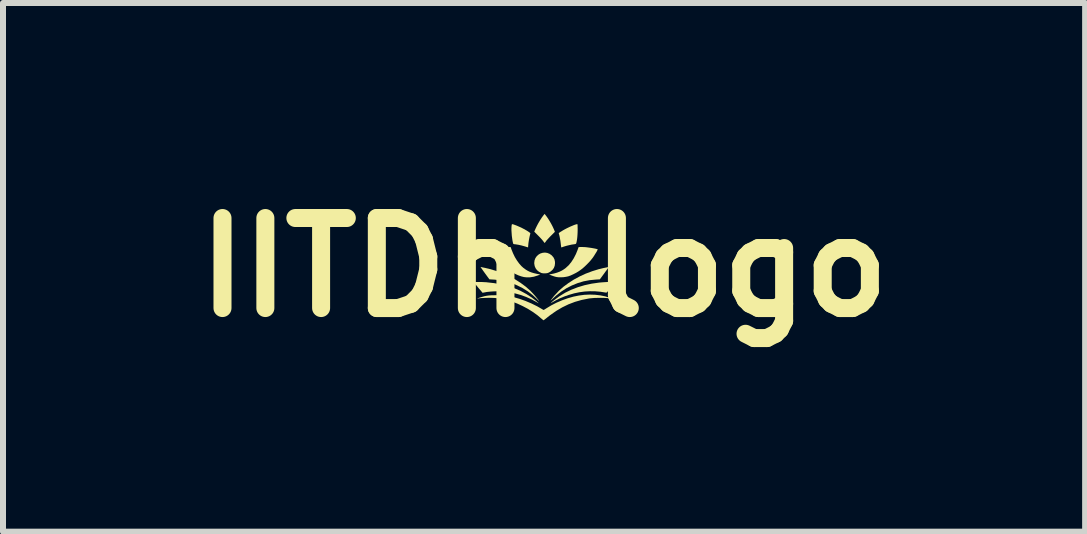
<source format=kicad_pcb>
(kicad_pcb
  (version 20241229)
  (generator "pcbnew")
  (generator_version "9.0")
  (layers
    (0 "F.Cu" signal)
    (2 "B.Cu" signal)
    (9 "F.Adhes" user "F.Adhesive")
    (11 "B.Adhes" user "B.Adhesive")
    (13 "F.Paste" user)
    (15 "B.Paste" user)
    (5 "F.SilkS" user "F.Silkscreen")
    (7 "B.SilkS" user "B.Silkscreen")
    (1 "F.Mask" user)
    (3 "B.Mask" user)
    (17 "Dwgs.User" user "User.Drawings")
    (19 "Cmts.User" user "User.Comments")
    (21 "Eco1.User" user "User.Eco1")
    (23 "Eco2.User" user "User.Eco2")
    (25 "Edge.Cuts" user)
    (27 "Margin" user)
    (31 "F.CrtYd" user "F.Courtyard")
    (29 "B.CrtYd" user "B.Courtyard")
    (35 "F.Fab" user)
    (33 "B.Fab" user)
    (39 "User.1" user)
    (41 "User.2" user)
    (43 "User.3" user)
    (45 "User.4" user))
  (footprint "IITDh logo"
    (layer "F.Cu")
    (at 6.014 1.404)
    (property "Reference" "IITDh logo" (at 0 0 0) (layer "F.SilkS") (effects (font (size 1.5 1.5) (thickness 0.3))))
    (attr board_only exclude_from_pos_files exclude_from_bom)
    (fp_poly (pts (xy 0.055 -0.24) (xy 0.092 -0.225) (xy 0.125 -0.202) (xy 0.131 -0.196) (xy 0.157 -0.166) (xy 0.174 -0.132) (xy 0.182 -0.094) (xy 0.183 -0.068) (xy 0.178 -0.027) (xy 0.164 0.01) (xy 0.141 0.042) (xy 0.11 0.069) (xy 0.09 0.081) (xy 0.071 0.091) (xy 0.055 0.096) (xy 0.036 0.099) (xy 0.018 0.1) (xy -0.013 0.1) (xy -0.037 0.096) (xy -0.046 0.093) (xy -0.084 0.074) (xy -0.116 0.048) (xy -0.14 0.016) (xy -0.156 -0.021) (xy -0.163 -0.063) (xy -0.163 -0.075) (xy -0.158 -0.116) (xy -0.144 -0.153) (xy -0.121 -0.186) (xy -0.091 -0.213) (xy -0.062 -0.23) (xy -0.024 -0.242) (xy 0.016 -0.246)) (stroke (width 0) (type solid)) (fill yes) (layer "F.SilkS"))
    (fp_poly (pts (xy 0.02 -0.877) (xy 0.043 -0.847) (xy 0.069 -0.81) (xy 0.094 -0.769) (xy 0.119 -0.726) (xy 0.141 -0.684) (xy 0.159 -0.645) (xy 0.162 -0.639) (xy 0.181 -0.592) (xy 0.117 -0.528) (xy 0.094 -0.505) (xy 0.073 -0.482) (xy 0.054 -0.461) (xy 0.039 -0.444) (xy 0.033 -0.435) (xy 0.023 -0.421) (xy 0.014 -0.41) (xy 0.01 -0.406) (xy 0.01 -0.406) (xy 0.006 -0.41) (xy -0.002 -0.42) (xy -0.012 -0.434) (xy -0.013 -0.435) (xy -0.023 -0.448) (xy -0.039 -0.467) (xy -0.059 -0.489) (xy -0.081 -0.512) (xy -0.098 -0.529) (xy -0.163 -0.594) (xy -0.142 -0.643) (xy -0.12 -0.689) (xy -0.094 -0.738) (xy -0.064 -0.788) (xy -0.034 -0.834) (xy -0.004 -0.874) (xy -0.003 -0.875) (xy 0.009 -0.89)) (stroke (width 0) (type solid)) (fill yes) (layer "F.SilkS"))
    (fp_poly (pts (xy -1.049 -0.004) (xy -1.032 -0.001) (xy -1.009 0.004) (xy -0.983 0.009) (xy -0.955 0.016) (xy -0.928 0.022) (xy -0.905 0.028) (xy -0.792 0.061) (xy -0.683 0.102) (xy -0.58 0.148) (xy -0.481 0.201) (xy -0.39 0.259) (xy -0.305 0.322) (xy -0.228 0.39) (xy -0.161 0.462) (xy -0.141 0.485) (xy -0.122 0.508) (xy -0.106 0.528) (xy -0.093 0.545) (xy -0.085 0.557) (xy -0.082 0.563) (xy -0.082 0.563) (xy -0.086 0.56) (xy -0.096 0.55) (xy -0.109 0.537) (xy -0.119 0.527) (xy -0.192 0.46) (xy -0.271 0.4) (xy -0.357 0.346) (xy -0.447 0.301) (xy -0.541 0.263) (xy -0.638 0.234) (xy -0.737 0.214) (xy -0.835 0.204) (xy -0.842 0.204) (xy -0.91 0.2) (xy -0.985 0.098) (xy -1.005 0.07) (xy -1.023 0.045) (xy -1.038 0.023) (xy -1.05 0.007) (xy -1.056 -0.002) (xy -1.058 -0.005)) (stroke (width 0) (type solid)) (fill yes) (layer "F.SilkS"))
    (fp_poly (pts (xy 1.076 -0.001) (xy 1.068 0.01) (xy 1.056 0.027) (xy 1.041 0.049) (xy 1.022 0.074) (xy 1.005 0.098) (xy 0.93 0.2) (xy 0.862 0.204) (xy 0.759 0.214) (xy 0.659 0.233) (xy 0.56 0.263) (xy 0.464 0.302) (xy 0.372 0.349) (xy 0.284 0.406) (xy 0.201 0.471) (xy 0.153 0.515) (xy 0.133 0.534) (xy 0.119 0.546) (xy 0.112 0.552) (xy 0.11 0.553) (xy 0.112 0.548) (xy 0.117 0.541) (xy 0.127 0.528) (xy 0.142 0.509) (xy 0.159 0.487) (xy 0.178 0.465) (xy 0.182 0.461) (xy 0.248 0.39) (xy 0.323 0.324) (xy 0.407 0.262) (xy 0.497 0.204) (xy 0.593 0.152) (xy 0.695 0.105) (xy 0.801 0.065) (xy 0.911 0.031) (xy 0.941 0.024) (xy 0.961 0.019) (xy 0.985 0.013) (xy 1.01 0.008) (xy 1.034 0.003) (xy 1.055 -0.001) (xy 1.071 -0.004) (xy 1.078 -0.005)) (stroke (width 0) (type solid)) (fill yes) (layer "F.SilkS"))
    (fp_poly (pts (xy -0.524 -0.719) (xy -0.522 -0.718) (xy -0.507 -0.714) (xy -0.485 -0.706) (xy -0.458 -0.696) (xy -0.428 -0.683) (xy -0.398 -0.67) (xy -0.37 -0.657) (xy -0.363 -0.653) (xy -0.338 -0.64) (xy -0.313 -0.626) (xy -0.288 -0.612) (xy -0.266 -0.598) (xy -0.247 -0.585) (xy -0.234 -0.575) (xy -0.228 -0.569) (xy -0.228 -0.568) (xy -0.229 -0.562) (xy -0.232 -0.548) (xy -0.237 -0.528) (xy -0.241 -0.512) (xy -0.251 -0.461) (xy -0.26 -0.402) (xy -0.265 -0.347) (xy -0.266 -0.332) (xy -0.317 -0.348) (xy -0.374 -0.364) (xy -0.428 -0.376) (xy -0.478 -0.384) (xy -0.481 -0.384) (xy -0.498 -0.386) (xy -0.508 -0.388) (xy -0.513 -0.393) (xy -0.516 -0.402) (xy -0.517 -0.405) (xy -0.525 -0.441) (xy -0.531 -0.482) (xy -0.537 -0.527) (xy -0.54 -0.572) (xy -0.543 -0.615) (xy -0.543 -0.654) (xy -0.541 -0.688) (xy -0.539 -0.702) (xy -0.537 -0.714) (xy -0.532 -0.719)) (stroke (width 0) (type solid)) (fill yes) (layer "F.SilkS"))
    (fp_poly (pts (xy 1.135 0.244) (xy 1.158 0.244) (xy 1.175 0.245) (xy 1.184 0.247) (xy 1.185 0.247) (xy 1.183 0.252) (xy 1.176 0.263) (xy 1.165 0.279) (xy 1.15 0.298) (xy 1.132 0.32) (xy 1.113 0.342) (xy 1.095 0.364) (xy 1.077 0.384) (xy 1.061 0.402) (xy 1.049 0.414) (xy 1.04 0.421) (xy 1.038 0.422) (xy 0.942 0.407) (xy 0.85 0.399) (xy 0.763 0.398) (xy 0.676 0.403) (xy 0.589 0.415) (xy 0.499 0.434) (xy 0.49 0.437) (xy 0.417 0.458) (xy 0.342 0.484) (xy 0.269 0.514) (xy 0.2 0.548) (xy 0.137 0.583) (xy 0.124 0.591) (xy 0.115 0.597) (xy 0.113 0.597) (xy 0.116 0.592) (xy 0.123 0.585) (xy 0.135 0.574) (xy 0.152 0.56) (xy 0.169 0.546) (xy 0.257 0.481) (xy 0.352 0.423) (xy 0.453 0.374) (xy 0.561 0.332) (xy 0.674 0.298) (xy 0.794 0.272) (xy 0.919 0.254) (xy 0.981 0.249) (xy 1.011 0.247) (xy 1.042 0.245) (xy 1.075 0.244) (xy 1.106 0.244)) (stroke (width 0) (type solid)) (fill yes) (layer "F.SilkS"))
    (fp_poly (pts (xy -1.058 0.244) (xy -1.026 0.245) (xy -0.993 0.247) (xy -0.962 0.248) (xy -0.958 0.249) (xy -0.833 0.263) (xy -0.714 0.284) (xy -0.599 0.314) (xy -0.49 0.35) (xy -0.388 0.394) (xy -0.292 0.446) (xy -0.203 0.504) (xy -0.185 0.518) (xy -0.165 0.533) (xy -0.145 0.549) (xy -0.126 0.565) (xy -0.11 0.579) (xy -0.098 0.59) (xy -0.092 0.596) (xy -0.091 0.598) (xy -0.096 0.596) (xy -0.108 0.589) (xy -0.125 0.579) (xy -0.139 0.571) (xy -0.215 0.53) (xy -0.299 0.493) (xy -0.387 0.461) (xy -0.48 0.435) (xy -0.574 0.415) (xy -0.616 0.408) (xy -0.667 0.402) (xy -0.724 0.399) (xy -0.783 0.399) (xy -0.844 0.401) (xy -0.902 0.405) (xy -0.956 0.411) (xy -1.002 0.42) (xy -1.005 0.42) (xy -1.023 0.425) (xy -1.097 0.338) (xy -1.121 0.308) (xy -1.141 0.284) (xy -1.155 0.265) (xy -1.163 0.253) (xy -1.165 0.247) (xy -1.164 0.247) (xy -1.157 0.246) (xy -1.14 0.244) (xy -1.118 0.244) (xy -1.09 0.244)) (stroke (width 0) (type solid)) (fill yes) (layer "F.SilkS"))
    (fp_poly (pts (xy 0.556 -0.718) (xy 0.558 -0.712) (xy 0.559 -0.698) (xy 0.559 -0.676) (xy 0.56 -0.649) (xy 0.56 -0.619) (xy 0.56 -0.617) (xy 0.559 -0.578) (xy 0.557 -0.539) (xy 0.554 -0.501) (xy 0.55 -0.467) (xy 0.545 -0.437) (xy 0.54 -0.413) (xy 0.535 -0.398) (xy 0.532 -0.393) (xy 0.525 -0.389) (xy 0.511 -0.386) (xy 0.497 -0.384) (xy 0.462 -0.379) (xy 0.421 -0.37) (xy 0.379 -0.36) (xy 0.338 -0.348) (xy 0.303 -0.336) (xy 0.291 -0.332) (xy 0.287 -0.334) (xy 0.284 -0.347) (xy 0.282 -0.364) (xy 0.278 -0.4) (xy 0.273 -0.439) (xy 0.266 -0.477) (xy 0.26 -0.511) (xy 0.254 -0.536) (xy 0.249 -0.553) (xy 0.246 -0.565) (xy 0.245 -0.571) (xy 0.245 -0.571) (xy 0.249 -0.574) (xy 0.26 -0.581) (xy 0.276 -0.592) (xy 0.29 -0.6) (xy 0.315 -0.616) (xy 0.344 -0.632) (xy 0.376 -0.649) (xy 0.409 -0.665) (xy 0.441 -0.68) (xy 0.472 -0.693) (xy 0.5 -0.705) (xy 0.524 -0.713) (xy 0.542 -0.718) (xy 0.554 -0.719)) (stroke (width 0) (type solid)) (fill yes) (layer "F.SilkS"))
    (fp_poly (pts (xy -0.589 -0.339) (xy -0.556 -0.337) (xy -0.542 -0.297) (xy -0.516 -0.233) (xy -0.486 -0.171) (xy -0.452 -0.115) (xy -0.415 -0.064) (xy -0.377 -0.021) (xy -0.344 0.009) (xy -0.31 0.034) (xy -0.278 0.054) (xy -0.245 0.071) (xy -0.209 0.085) (xy -0.169 0.097) (xy -0.122 0.108) (xy -0.086 0.115) (xy -0.063 0.12) (xy -0.106 0.136) (xy -0.169 0.156) (xy -0.233 0.166) (xy -0.296 0.166) (xy -0.334 0.162) (xy -0.378 0.151) (xy -0.426 0.134) (xy -0.477 0.111) (xy -0.528 0.083) (xy -0.578 0.051) (xy -0.599 0.036) (xy -0.637 0.005) (xy -0.677 -0.031) (xy -0.716 -0.071) (xy -0.753 -0.111) (xy -0.784 -0.15) (xy -0.79 -0.158) (xy -0.807 -0.183) (xy -0.824 -0.209) (xy -0.84 -0.234) (xy -0.854 -0.257) (xy -0.865 -0.276) (xy -0.872 -0.291) (xy -0.874 -0.299) (xy -0.874 -0.3) (xy -0.866 -0.303) (xy -0.851 -0.307) (xy -0.829 -0.312) (xy -0.803 -0.317) (xy -0.774 -0.322) (xy -0.744 -0.327) (xy -0.715 -0.331) (xy -0.689 -0.334) (xy -0.682 -0.335) (xy -0.654 -0.337) (xy -0.627 -0.338) (xy -0.603 -0.339)) (stroke (width 0) (type solid)) (fill yes) (layer "F.SilkS"))
    (fp_poly (pts (xy 0.653 -0.338) (xy 0.681 -0.337) (xy 0.702 -0.335) (xy 0.727 -0.332) (xy 0.755 -0.328) (xy 0.785 -0.324) (xy 0.814 -0.319) (xy 0.841 -0.314) (xy 0.865 -0.309) (xy 0.883 -0.304) (xy 0.893 -0.301) (xy 0.894 -0.3) (xy 0.893 -0.294) (xy 0.887 -0.282) (xy 0.878 -0.264) (xy 0.865 -0.242) (xy 0.85 -0.219) (xy 0.835 -0.194) (xy 0.819 -0.17) (xy 0.804 -0.149) (xy 0.803 -0.149) (xy 0.773 -0.111) (xy 0.736 -0.071) (xy 0.696 -0.031) (xy 0.656 0.006) (xy 0.619 0.036) (xy 0.578 0.065) (xy 0.533 0.092) (xy 0.486 0.116) (xy 0.442 0.136) (xy 0.403 0.15) (xy 0.366 0.158) (xy 0.324 0.164) (xy 0.281 0.166) (xy 0.24 0.165) (xy 0.205 0.161) (xy 0.203 0.16) (xy 0.182 0.155) (xy 0.157 0.147) (xy 0.132 0.138) (xy 0.127 0.136) (xy 0.084 0.12) (xy 0.107 0.115) (xy 0.165 0.103) (xy 0.215 0.089) (xy 0.258 0.073) (xy 0.297 0.054) (xy 0.334 0.031) (xy 0.362 0.01) (xy 0.411 -0.035) (xy 0.455 -0.089) (xy 0.495 -0.151) (xy 0.531 -0.221) (xy 0.558 -0.287) (xy 0.576 -0.337) (xy 0.609 -0.339) (xy 0.627 -0.339)) (stroke (width 0) (type solid)) (fill yes) (layer "F.SilkS"))
    (fp_poly (pts (xy 0.851 0.457) (xy 0.938 0.467) (xy 1.021 0.484) (xy 1.088 0.505) (xy 1.107 0.512) (xy 1.121 0.517) (xy 1.127 0.52) (xy 1.126 0.52) (xy 1.09 0.515) (xy 1.047 0.512) (xy 0.998 0.509) (xy 0.947 0.508) (xy 0.894 0.509) (xy 0.843 0.51) (xy 0.795 0.514) (xy 0.754 0.518) (xy 0.743 0.52) (xy 0.628 0.543) (xy 0.516 0.575) (xy 0.408 0.616) (xy 0.303 0.667) (xy 0.201 0.727) (xy 0.102 0.797) (xy 0.062 0.828) (xy 0.04 0.846) (xy 0.02 0.862) (xy 0.005 0.873) (xy -0.006 0.881) (xy -0.009 0.882) (xy -0.014 0.879) (xy -0.025 0.87) (xy -0.038 0.858) (xy -0.041 0.857) (xy -0.109 0.799) (xy -0.186 0.744) (xy -0.268 0.692) (xy -0.355 0.646) (xy -0.443 0.605) (xy -0.531 0.571) (xy -0.581 0.555) (xy -0.631 0.542) (xy -0.687 0.53) (xy -0.744 0.52) (xy -0.798 0.513) (xy -0.806 0.512) (xy -0.832 0.51) (xy -0.864 0.509) (xy -0.9 0.508) (xy -0.938 0.508) (xy -0.976 0.509) (xy -1.013 0.511) (xy -1.045 0.512) (xy -1.071 0.515) (xy -1.087 0.517) (xy -1.105 0.52) (xy -1.113 0.521) (xy -1.111 0.519) (xy -1.1 0.514) (xy -1.08 0.507) (xy -1.068 0.503) (xy -1.028 0.491) (xy -0.992 0.481) (xy -0.957 0.474) (xy -0.921 0.469) (xy -0.882 0.466) (xy -0.837 0.465) (xy -0.786 0.464) (xy -0.738 0.465) (xy -0.698 0.466) (xy -0.662 0.468) (xy -0.629 0.472) (xy -0.597 0.477) (xy -0.561 0.484) (xy -0.52 0.493) (xy -0.504 0.497) (xy -0.407 0.525) (xy -0.309 0.56) (xy -0.21 0.602) (xy -0.115 0.649) (xy -0.047 0.688) (xy -0.03 0.698) (xy -0.016 0.706) (xy -0.008 0.71) (xy -0.006 0.71) (xy -0.000391 0.707) (xy 0.012 0.7) (xy 0.028 0.69) (xy 0.039 0.683) (xy 0.12 0.634) (xy 0.208 0.589) (xy 0.301 0.549) (xy 0.396 0.515) (xy 0.491 0.488) (xy 0.581 0.47) (xy 0.671 0.458) (xy 0.761 0.454)) (stroke (width 0) (type solid)) (fill yes) (layer "F.SilkS")))
  (gr_rect
    (start -3 -3)
    (end 15.029 5.808)
    (stroke (width 0.1) (type default))
    (fill no)
    (layer "Edge.Cuts")))
</source>
